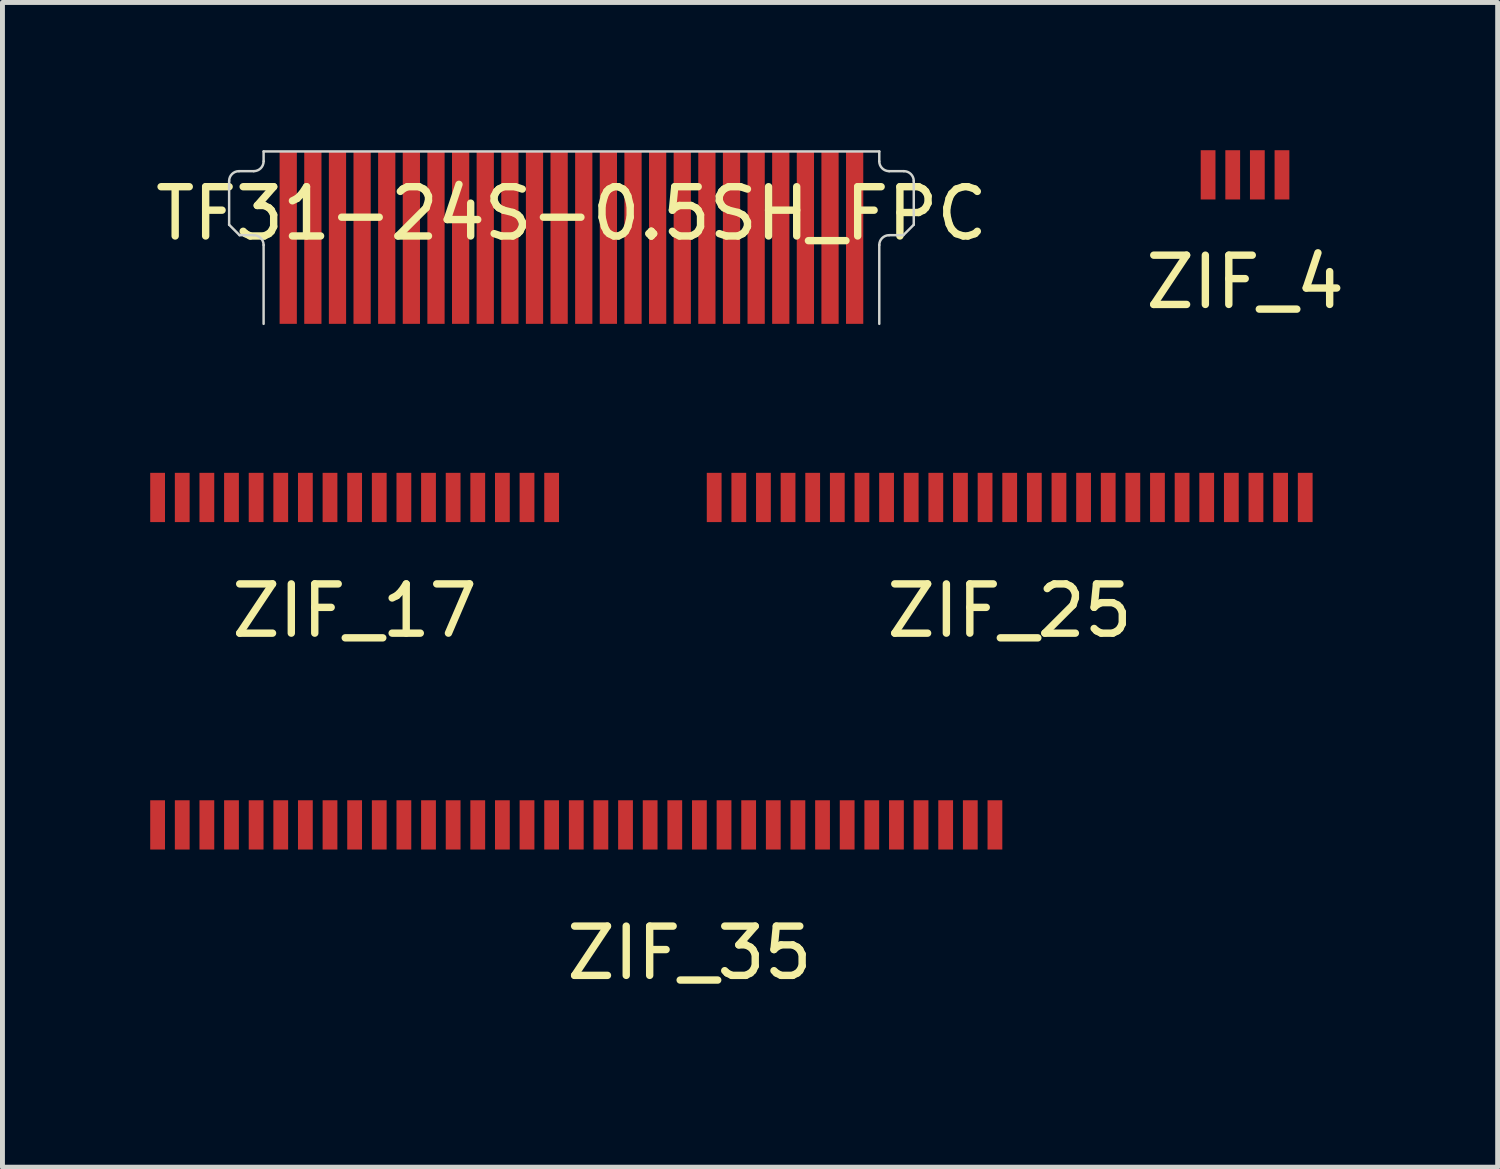
<source format=kicad_pcb>
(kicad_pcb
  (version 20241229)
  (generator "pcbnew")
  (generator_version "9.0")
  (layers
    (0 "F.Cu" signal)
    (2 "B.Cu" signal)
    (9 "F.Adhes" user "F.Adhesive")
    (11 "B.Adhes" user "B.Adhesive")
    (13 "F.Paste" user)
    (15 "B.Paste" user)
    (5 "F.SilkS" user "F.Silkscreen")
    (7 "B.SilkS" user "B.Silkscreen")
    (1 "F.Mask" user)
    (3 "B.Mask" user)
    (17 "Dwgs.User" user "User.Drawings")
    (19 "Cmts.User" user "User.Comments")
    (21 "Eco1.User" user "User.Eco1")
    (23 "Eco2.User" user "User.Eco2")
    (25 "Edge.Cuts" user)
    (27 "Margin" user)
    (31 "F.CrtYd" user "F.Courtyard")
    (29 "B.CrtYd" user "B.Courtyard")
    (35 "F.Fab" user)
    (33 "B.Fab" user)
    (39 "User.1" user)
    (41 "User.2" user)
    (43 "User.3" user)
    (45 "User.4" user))
  (footprint "ZIF_35"
    (layer "F.Cu")
    (at 10.55 17.398)
    (property "Reference" "ZIF_35" (at 0.4 -1.1 0) (layer "F.SilkS") (effects (font (size 1 1) (thickness 0.15))))
    (attr through_hole)
    (pad "1" smd rect (at -10.4 -3.7) (size 0.3 1) (layers "F.Cu" "F.Mask" "F.Paste"))
    (pad "2" smd rect (at -9.9 -3.7) (size 0.3 1) (layers "F.Cu" "F.Mask" "F.Paste"))
    (pad "3" smd rect (at -9.4 -3.7) (size 0.3 1) (layers "F.Cu" "F.Mask" "F.Paste"))
    (pad "4" smd rect (at -8.9 -3.7) (size 0.3 1) (layers "F.Cu" "F.Mask" "F.Paste"))
    (pad "5" smd rect (at -8.4 -3.7) (size 0.3 1) (layers "F.Cu" "F.Mask" "F.Paste"))
    (pad "6" smd rect (at -7.9 -3.7) (size 0.3 1) (layers "F.Cu" "F.Mask" "F.Paste"))
    (pad "7" smd rect (at -7.4 -3.7) (size 0.3 1) (layers "F.Cu" "F.Mask" "F.Paste"))
    (pad "8" smd rect (at -6.9 -3.7) (size 0.3 1) (layers "F.Cu" "F.Mask" "F.Paste"))
    (pad "9" smd rect (at -6.4 -3.7) (size 0.3 1) (layers "F.Cu" "F.Mask" "F.Paste"))
    (pad "10" smd rect (at -5.9 -3.7) (size 0.3 1) (layers "F.Cu" "F.Mask" "F.Paste"))
    (pad "11" smd rect (at -5.4 -3.7) (size 0.3 1) (layers "F.Cu" "F.Mask" "F.Paste"))
    (pad "12" smd rect (at -4.9 -3.7) (size 0.3 1) (layers "F.Cu" "F.Mask" "F.Paste"))
    (pad "13" smd rect (at -4.4 -3.7) (size 0.3 1) (layers "F.Cu" "F.Mask" "F.Paste"))
    (pad "14" smd rect (at -3.9 -3.7) (size 0.3 1) (layers "F.Cu" "F.Mask" "F.Paste"))
    (pad "15" smd rect (at -3.4 -3.7) (size 0.3 1) (layers "F.Cu" "F.Mask" "F.Paste"))
    (pad "16" smd rect (at -2.9 -3.7) (size 0.3 1) (layers "F.Cu" "F.Mask" "F.Paste"))
    (pad "17" smd rect (at -2.4 -3.7) (size 0.3 1) (layers "F.Cu" "F.Mask" "F.Paste"))
    (pad "18" smd rect (at -1.9 -3.7) (size 0.3 1) (layers "F.Cu" "F.Mask" "F.Paste"))
    (pad "19" smd rect (at -1.4 -3.7) (size 0.3 1) (layers "F.Cu" "F.Mask" "F.Paste"))
    (pad "20" smd rect (at -0.9 -3.7) (size 0.3 1) (layers "F.Cu" "F.Mask" "F.Paste"))
    (pad "21" smd rect (at -0.4 -3.7) (size 0.3 1) (layers "F.Cu" "F.Mask" "F.Paste"))
    (pad "22" smd rect (at 0.1 -3.7) (size 0.3 1) (layers "F.Cu" "F.Mask" "F.Paste"))
    (pad "23" smd rect (at 0.6 -3.7) (size 0.3 1) (layers "F.Cu" "F.Mask" "F.Paste"))
    (pad "24" smd rect (at 1.1 -3.7) (size 0.3 1) (layers "F.Cu" "F.Mask" "F.Paste"))
    (pad "25" smd rect (at 1.6 -3.7) (size 0.3 1) (layers "F.Cu" "F.Mask" "F.Paste"))
    (pad "26" smd rect (at 2.1 -3.7) (size 0.3 1) (layers "F.Cu" "F.Mask" "F.Paste"))
    (pad "27" smd rect (at 2.6 -3.7) (size 0.3 1) (layers "F.Cu" "F.Mask" "F.Paste"))
    (pad "28" smd rect (at 3.1 -3.7) (size 0.3 1) (layers "F.Cu" "F.Mask" "F.Paste"))
    (pad "29" smd rect (at 3.6 -3.7) (size 0.3 1) (layers "F.Cu" "F.Mask" "F.Paste"))
    (pad "30" smd rect (at 4.1 -3.7) (size 0.3 1) (layers "F.Cu" "F.Mask" "F.Paste"))
    (pad "31" smd rect (at 4.6 -3.7) (size 0.3 1) (layers "F.Cu" "F.Mask" "F.Paste"))
    (pad "32" smd rect (at 5.1 -3.7) (size 0.3 1) (layers "F.Cu" "F.Mask" "F.Paste"))
    (pad "33" smd rect (at 5.6 -3.7) (size 0.3 1) (layers "F.Cu" "F.Mask" "F.Paste"))
    (pad "34" smd rect (at 6.1 -3.7) (size 0.3 1) (layers "F.Cu" "F.Mask" "F.Paste"))
    (pad "35" smd rect (at 6.6 -3.7) (size 0.3 1) (layers "F.Cu" "F.Mask" "F.Paste")))
  (footprint "ZIF_25"
    (layer "F.Cu")
    (at 17.45 8.85)
    (property "Reference" "ZIF_25" (at 0 0.5 0) (layer "F.SilkS") (effects (font (size 1 1) (thickness 0.15))))
    (attr through_hole)
    (pad "1" smd rect (at -6 -1.8) (size 0.3 1) (layers "F.Cu" "F.Mask" "F.Paste"))
    (pad "2" smd rect (at -5.5 -1.8) (size 0.3 1) (layers "F.Cu" "F.Mask" "F.Paste"))
    (pad "3" smd rect (at -5 -1.8) (size 0.3 1) (layers "F.Cu" "F.Mask" "F.Paste"))
    (pad "4" smd rect (at -4.5 -1.8) (size 0.3 1) (layers "F.Cu" "F.Mask" "F.Paste"))
    (pad "5" smd rect (at -4 -1.8) (size 0.3 1) (layers "F.Cu" "F.Mask" "F.Paste"))
    (pad "6" smd rect (at -3.5 -1.8) (size 0.3 1) (layers "F.Cu" "F.Mask" "F.Paste"))
    (pad "7" smd rect (at -3 -1.8) (size 0.3 1) (layers "F.Cu" "F.Mask" "F.Paste"))
    (pad "8" smd rect (at -2.5 -1.8) (size 0.3 1) (layers "F.Cu" "F.Mask" "F.Paste"))
    (pad "9" smd rect (at -2 -1.8) (size 0.3 1) (layers "F.Cu" "F.Mask" "F.Paste"))
    (pad "10" smd rect (at -1.5 -1.8) (size 0.3 1) (layers "F.Cu" "F.Mask" "F.Paste"))
    (pad "11" smd rect (at -1 -1.8) (size 0.3 1) (layers "F.Cu" "F.Mask" "F.Paste"))
    (pad "12" smd rect (at -0.5 -1.8) (size 0.3 1) (layers "F.Cu" "F.Mask" "F.Paste"))
    (pad "13" smd rect (at 0 -1.8) (size 0.3 1) (layers "F.Cu" "F.Mask" "F.Paste"))
    (pad "14" smd rect (at 0.5 -1.8) (size 0.3 1) (layers "F.Cu" "F.Mask" "F.Paste"))
    (pad "15" smd rect (at 1 -1.8) (size 0.3 1) (layers "F.Cu" "F.Mask" "F.Paste"))
    (pad "16" smd rect (at 1.5 -1.8) (size 0.3 1) (layers "F.Cu" "F.Mask" "F.Paste"))
    (pad "17" smd rect (at 2 -1.8) (size 0.3 1) (layers "F.Cu" "F.Mask" "F.Paste"))
    (pad "18" smd rect (at 2.5 -1.8) (size 0.3 1) (layers "F.Cu" "F.Mask" "F.Paste"))
    (pad "19" smd rect (at 3 -1.8) (size 0.3 1) (layers "F.Cu" "F.Mask" "F.Paste"))
    (pad "20" smd rect (at 3.5 -1.8) (size 0.3 1) (layers "F.Cu" "F.Mask" "F.Paste"))
    (pad "21" smd rect (at 4 -1.8) (size 0.3 1) (layers "F.Cu" "F.Mask" "F.Paste"))
    (pad "22" smd rect (at 4.5 -1.8) (size 0.3 1) (layers "F.Cu" "F.Mask" "F.Paste"))
    (pad "23" smd rect (at 5 -1.8) (size 0.3 1) (layers "F.Cu" "F.Mask" "F.Paste"))
    (pad "24" smd rect (at 5.5 -1.8) (size 0.3 1) (layers "F.Cu" "F.Mask" "F.Paste"))
    (pad "25" smd rect (at 6 -1.8) (size 0.3 1) (layers "F.Cu" "F.Mask" "F.Paste")))
  (footprint "ZIF_17"
    (layer "F.Cu")
    (at 4.15 8.85)
    (property "Reference" "ZIF_17" (at 0 0.5 0) (layer "F.SilkS") (effects (font (size 1 1) (thickness 0.15))))
    (attr through_hole)
    (pad "1" smd rect (at -4 -1.8) (size 0.3 1) (layers "F.Cu" "F.Mask" "F.Paste"))
    (pad "2" smd rect (at -3.5 -1.8) (size 0.3 1) (layers "F.Cu" "F.Mask" "F.Paste"))
    (pad "3" smd rect (at -3 -1.8) (size 0.3 1) (layers "F.Cu" "F.Mask" "F.Paste"))
    (pad "4" smd rect (at -2.5 -1.8) (size 0.3 1) (layers "F.Cu" "F.Mask" "F.Paste"))
    (pad "5" smd rect (at -2 -1.8) (size 0.3 1) (layers "F.Cu" "F.Mask" "F.Paste"))
    (pad "6" smd rect (at -1.5 -1.8) (size 0.3 1) (layers "F.Cu" "F.Mask" "F.Paste"))
    (pad "7" smd rect (at -1 -1.8) (size 0.3 1) (layers "F.Cu" "F.Mask" "F.Paste"))
    (pad "8" smd rect (at -0.5 -1.8) (size 0.3 1) (layers "F.Cu" "F.Mask" "F.Paste"))
    (pad "9" smd rect (at 0 -1.8) (size 0.3 1) (layers "F.Cu" "F.Mask" "F.Paste"))
    (pad "10" smd rect (at 0.5 -1.8) (size 0.3 1) (layers "F.Cu" "F.Mask" "F.Paste"))
    (pad "11" smd rect (at 1 -1.8) (size 0.3 1) (layers "F.Cu" "F.Mask" "F.Paste"))
    (pad "12" smd rect (at 1.5 -1.8) (size 0.3 1) (layers "F.Cu" "F.Mask" "F.Paste"))
    (pad "13" smd rect (at 2 -1.8) (size 0.3 1) (layers "F.Cu" "F.Mask" "F.Paste"))
    (pad "14" smd rect (at 2.5 -1.8) (size 0.3 1) (layers "F.Cu" "F.Mask" "F.Paste"))
    (pad "15" smd rect (at 3 -1.8) (size 0.3 1) (layers "F.Cu" "F.Mask" "F.Paste"))
    (pad "16" smd rect (at 3.5 -1.8) (size 0.3 1) (layers "F.Cu" "F.Mask" "F.Paste"))
    (pad "17" smd rect (at 4 -1.8) (size 0.3 1) (layers "F.Cu" "F.Mask" "F.Paste")))
  (footprint "TF31-24S-0.5SH_FPC"
    (layer "F.Cu")
    (at 8.554 1.786)
    (property "Reference" "TF31-24S-0.5SH_FPC" (at 0 -0.5 0) (unlocked yes) (layer "F.SilkS") (effects (font (size 1 1) (thickness 0.15))))
    (attr smd)
    (fp_line (start -6.952 -0.273) (end -6.952 -1.161) (stroke (width 0.05) (type solid)) (layer "Edge.Cuts"))
    (fp_line (start -6.752 -1.361) (end -6.452 -1.361) (stroke (width 0.05) (type solid)) (layer "Edge.Cuts"))
    (fp_line (start -6.74 -0.061) (end -6.952 -0.273) (stroke (width 0.05) (type solid)) (layer "Edge.Cuts"))
    (fp_line (start -6.452 -0.061) (end -6.74 -0.061) (stroke (width 0.05) (type solid)) (layer "Edge.Cuts"))
    (fp_line (start -6.252 -1.761) (end 6.248 -1.761) (stroke (width 0.05) (type solid)) (layer "Edge.Cuts"))
    (fp_line (start -6.252 -1.561) (end -6.252 -1.761) (stroke (width 0.05) (type solid)) (layer "Edge.Cuts"))
    (fp_line (start -6.252 1.739) (end -6.252 0.139) (stroke (width 0.05) (type solid)) (layer "Edge.Cuts"))
    (fp_line (start 6.248 -1.561) (end 6.248 -1.761) (stroke (width 0.05) (type solid)) (layer "Edge.Cuts"))
    (fp_line (start 6.248 1.739) (end 6.248 0.139) (stroke (width 0.05) (type solid)) (layer "Edge.Cuts"))
    (fp_line (start 6.448 -0.061) (end 6.736 -0.061) (stroke (width 0.05) (type solid)) (layer "Edge.Cuts"))
    (fp_line (start 6.736 -0.061) (end 6.948 -0.273) (stroke (width 0.05) (type solid)) (layer "Edge.Cuts"))
    (fp_line (start 6.748 -1.361) (end 6.448 -1.361) (stroke (width 0.05) (type solid)) (layer "Edge.Cuts"))
    (fp_line (start 6.948 -0.273) (end 6.948 -1.161) (stroke (width 0.05) (type solid)) (layer "Edge.Cuts"))
    (fp_arc (start -6.952 -1.161) (mid -6.893421 -1.302421) (end -6.752 -1.361) (stroke (width 0.05) (type solid)) (layer "Edge.Cuts"))
    (fp_arc (start -6.452 -0.061) (mid -6.310579 -0.002421) (end -6.252 0.139) (stroke (width 0.05) (type solid)) (layer "Edge.Cuts"))
    (fp_arc (start -6.252 -1.561) (mid -6.310579 -1.419579) (end -6.452 -1.361) (stroke (width 0.05) (type solid)) (layer "Edge.Cuts"))
    (fp_arc (start 6.248 0.139) (mid 6.306579 -0.002421) (end 6.448 -0.061) (stroke (width 0.05) (type solid)) (layer "Edge.Cuts"))
    (fp_arc (start 6.448 -1.361) (mid 6.306579 -1.419579) (end 6.248 -1.561) (stroke (width 0.05) (type solid)) (layer "Edge.Cuts"))
    (fp_arc (start 6.748 -1.361) (mid 6.889421 -1.302421) (end 6.948 -1.161) (stroke (width 0.05) (type solid)) (layer "Edge.Cuts"))
    (pad "1" smd rect (at -5.752 -0.011) (size 0.35 3.5) (layers "F.Cu" "F.Mask" "F.Paste"))
    (pad "2" smd rect (at -5.252 -0.011) (size 0.35 3.5) (layers "F.Cu" "F.Mask" "F.Paste"))
    (pad "3" smd rect (at -4.752 -0.011) (size 0.35 3.5) (layers "F.Cu" "F.Mask" "F.Paste"))
    (pad "4" smd rect (at -4.252 -0.011) (size 0.35 3.5) (layers "F.Cu" "F.Mask" "F.Paste"))
    (pad "5" smd rect (at -3.752 -0.011) (size 0.35 3.5) (layers "F.Cu" "F.Mask" "F.Paste"))
    (pad "6" smd rect (at -3.252 -0.011) (size 0.35 3.5) (layers "F.Cu" "F.Mask" "F.Paste"))
    (pad "7" smd rect (at -2.752 -0.011) (size 0.35 3.5) (layers "F.Cu" "F.Mask" "F.Paste"))
    (pad "8" smd rect (at -2.252 -0.011) (size 0.35 3.5) (layers "F.Cu" "F.Mask" "F.Paste"))
    (pad "9" smd rect (at -1.752 -0.011) (size 0.35 3.5) (layers "F.Cu" "F.Mask" "F.Paste"))
    (pad "10" smd rect (at -1.252 -0.011) (size 0.35 3.5) (layers "F.Cu" "F.Mask" "F.Paste"))
    (pad "11" smd rect (at -0.752 -0.011) (size 0.35 3.5) (layers "F.Cu" "F.Mask" "F.Paste"))
    (pad "12" smd rect (at -0.252 -0.011) (size 0.35 3.5) (layers "F.Cu" "F.Mask" "F.Paste"))
    (pad "13" smd rect (at 0.248 -0.011) (size 0.35 3.5) (layers "F.Cu" "F.Mask" "F.Paste"))
    (pad "14" smd rect (at 0.748 -0.011) (size 0.35 3.5) (layers "F.Cu" "F.Mask" "F.Paste"))
    (pad "15" smd rect (at 1.248 -0.011) (size 0.35 3.5) (layers "F.Cu" "F.Mask" "F.Paste"))
    (pad "16" smd rect (at 1.748 -0.011) (size 0.35 3.5) (layers "F.Cu" "F.Mask" "F.Paste"))
    (pad "17" smd rect (at 2.248 -0.011) (size 0.35 3.5) (layers "F.Cu" "F.Mask" "F.Paste"))
    (pad "18" smd rect (at 2.748 -0.011) (size 0.35 3.5) (layers "F.Cu" "F.Mask" "F.Paste"))
    (pad "19" smd rect (at 3.248 -0.011) (size 0.35 3.5) (layers "F.Cu" "F.Mask" "F.Paste"))
    (pad "20" smd rect (at 3.748 -0.011) (size 0.35 3.5) (layers "F.Cu" "F.Mask" "F.Paste"))
    (pad "21" smd rect (at 4.248 -0.011) (size 0.35 3.5) (layers "F.Cu" "F.Mask" "F.Paste"))
    (pad "22" smd rect (at 4.748 -0.011) (size 0.35 3.5) (layers "F.Cu" "F.Mask" "F.Paste"))
    (pad "23" smd rect (at 5.248 -0.011) (size 0.35 3.5) (layers "F.Cu" "F.Mask" "F.Paste"))
    (pad "24" smd rect (at 5.748 -0.011) (size 0.35 3.5) (layers "F.Cu" "F.Mask" "F.Paste")))
  (footprint "ZIF_4"
    (layer "F.Cu")
    (at 22.232 2.176)
    (property "Reference" "ZIF_4" (at 0 0.5 0) (layer "F.SilkS") (effects (font (size 1 1) (thickness 0.15))))
    (attr through_hole)
    (pad "1" smd rect (at -0.754 -1.676) (size 0.3 1) (layers "F.Cu" "F.Mask" "F.Paste"))
    (pad "2" smd rect (at -0.254 -1.676) (size 0.3 1) (layers "F.Cu" "F.Mask" "F.Paste"))
    (pad "3" smd rect (at 0.246 -1.676) (size 0.3 1) (layers "F.Cu" "F.Mask" "F.Paste"))
    (pad "4" smd rect (at 0.746 -1.676) (size 0.3 1) (layers "F.Cu" "F.Mask" "F.Paste")))
  (gr_rect
    (start -3 -3)
    (end 27.357 20.648)
    (stroke (width 0.1) (type default))
    (fill no)
    (layer "Edge.Cuts")))
</source>
